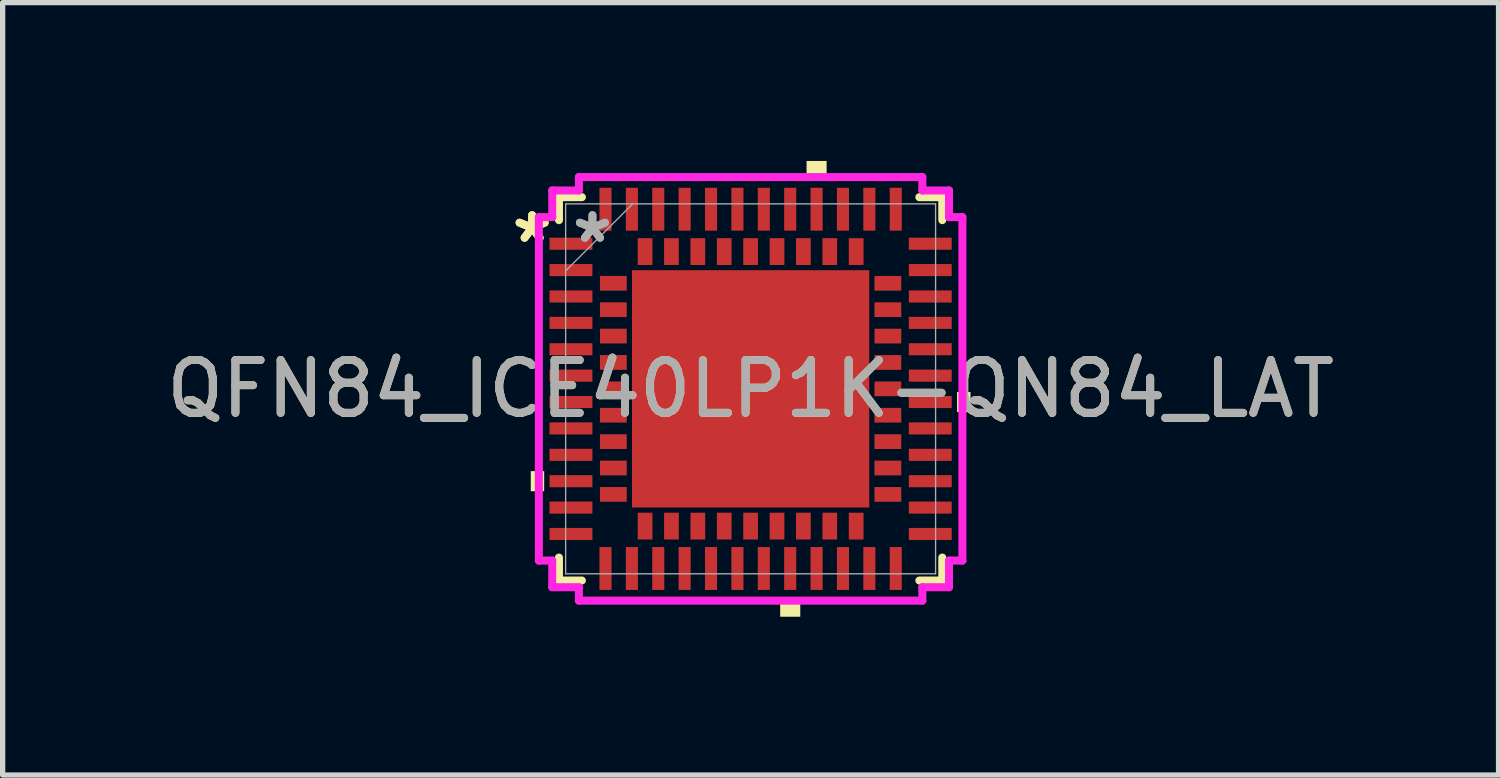
<source format=kicad_pcb>
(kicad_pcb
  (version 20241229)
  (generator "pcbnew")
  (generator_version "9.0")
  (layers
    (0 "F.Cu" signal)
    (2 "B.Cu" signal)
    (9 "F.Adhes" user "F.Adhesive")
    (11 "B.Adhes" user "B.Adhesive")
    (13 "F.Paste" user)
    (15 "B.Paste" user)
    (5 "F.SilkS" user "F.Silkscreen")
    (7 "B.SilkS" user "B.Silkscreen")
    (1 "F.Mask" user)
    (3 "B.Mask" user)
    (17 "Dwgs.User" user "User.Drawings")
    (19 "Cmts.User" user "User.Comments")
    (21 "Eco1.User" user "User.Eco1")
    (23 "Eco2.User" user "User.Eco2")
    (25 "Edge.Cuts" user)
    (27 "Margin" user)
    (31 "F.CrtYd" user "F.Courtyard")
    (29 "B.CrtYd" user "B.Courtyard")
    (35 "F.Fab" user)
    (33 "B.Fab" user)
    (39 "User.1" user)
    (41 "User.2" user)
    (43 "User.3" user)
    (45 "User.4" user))
  (footprint "QFN84_ICE40LP1K-QN84_LAT"
    (layer "F.Cu")
    (at 11.173 4.318)
    (property "Reference" "QFN84_ICE40LP1K-QN84_LAT" (at 0 0 0) (unlocked yes) (layer "F.SilkS") (effects (font (size 1 1) (thickness 0.15))))
    (attr smd)
    (fp_line (start -3.632 -3.632) (end -3.632 -3.197) (stroke (width 0.152) (type solid)) (layer "F.SilkS"))
    (fp_line (start -3.632 3.197) (end -3.632 3.632) (stroke (width 0.152) (type solid)) (layer "F.SilkS"))
    (fp_line (start -3.632 3.632) (end -3.197 3.632) (stroke (width 0.152) (type solid)) (layer "F.SilkS"))
    (fp_line (start -3.197 -3.632) (end -3.632 -3.632) (stroke (width 0.152) (type solid)) (layer "F.SilkS"))
    (fp_line (start 3.197 3.632) (end 3.632 3.632) (stroke (width 0.152) (type solid)) (layer "F.SilkS"))
    (fp_line (start 3.632 -3.632) (end 3.197 -3.632) (stroke (width 0.152) (type solid)) (layer "F.SilkS"))
    (fp_line (start 3.632 -3.197) (end 3.632 -3.632) (stroke (width 0.152) (type solid)) (layer "F.SilkS"))
    (fp_line (start 3.632 3.632) (end 3.632 3.197) (stroke (width 0.152) (type solid)) (layer "F.SilkS"))
    (fp_poly (pts (xy -4.166 1.559) (xy -4.166 1.94) (xy -3.912 1.94) (xy -3.912 1.559)) (stroke (width 0) (type solid)) (fill yes) (layer "F.SilkS"))
    (fp_poly (pts (xy 0.56 4.064) (xy 0.56 4.318) (xy 0.941 4.318) (xy 0.941 4.064)) (stroke (width 0) (type solid)) (fill yes) (layer "F.SilkS"))
    (fp_poly (pts (xy 1.06 -4.064) (xy 1.06 -4.318) (xy 1.44 -4.318) (xy 1.44 -4.064)) (stroke (width 0) (type solid)) (fill yes) (layer "F.SilkS"))
    (fp_poly (pts (xy 4.166 0.059) (xy 4.166 0.441) (xy 3.912 0.441) (xy 3.912 0.059)) (stroke (width 0) (type solid)) (fill yes) (layer "F.SilkS"))
    (fp_poly (pts (xy -2.148 -2.148) (xy -2.148 -0.849) (xy -0.849 -0.849) (xy -0.849 -2.148)) (stroke (width 0) (type solid)) (fill yes) (layer "F.Paste"))
    (fp_poly (pts (xy -2.148 -0.649) (xy -2.148 0.649) (xy -0.849 0.649) (xy -0.849 -0.649)) (stroke (width 0) (type solid)) (fill yes) (layer "F.Paste"))
    (fp_poly (pts (xy -2.148 0.849) (xy -2.148 2.148) (xy -0.849 2.148) (xy -0.849 0.849)) (stroke (width 0) (type solid)) (fill yes) (layer "F.Paste"))
    (fp_poly (pts (xy -0.649 -2.148) (xy -0.649 -0.849) (xy 0.649 -0.849) (xy 0.649 -2.148)) (stroke (width 0) (type solid)) (fill yes) (layer "F.Paste"))
    (fp_poly (pts (xy -0.649 -0.649) (xy -0.649 0.649) (xy 0.649 0.649) (xy 0.649 -0.649)) (stroke (width 0) (type solid)) (fill yes) (layer "F.Paste"))
    (fp_poly (pts (xy -0.649 0.849) (xy -0.649 2.148) (xy 0.649 2.148) (xy 0.649 0.849)) (stroke (width 0) (type solid)) (fill yes) (layer "F.Paste"))
    (fp_poly (pts (xy 0.849 -2.148) (xy 0.849 -0.849) (xy 2.148 -0.849) (xy 2.148 -2.148)) (stroke (width 0) (type solid)) (fill yes) (layer "F.Paste"))
    (fp_poly (pts (xy 0.849 -0.649) (xy 0.849 0.649) (xy 2.148 0.649) (xy 2.148 -0.649)) (stroke (width 0) (type solid)) (fill yes) (layer "F.Paste"))
    (fp_poly (pts (xy 0.849 0.849) (xy 0.849 2.148) (xy 2.148 2.148) (xy 2.148 0.849)) (stroke (width 0) (type solid)) (fill yes) (layer "F.Paste"))
    (fp_line (start -4.013 -3.254) (end -3.759 -3.254) (stroke (width 0.152) (type solid)) (layer "F.CrtYd"))
    (fp_line (start -4.013 3.254) (end -4.013 -3.254) (stroke (width 0.152) (type solid)) (layer "F.CrtYd"))
    (fp_line (start -3.759 -3.759) (end -3.254 -3.759) (stroke (width 0.152) (type solid)) (layer "F.CrtYd"))
    (fp_line (start -3.759 -3.254) (end -3.759 -3.759) (stroke (width 0.152) (type solid)) (layer "F.CrtYd"))
    (fp_line (start -3.759 3.254) (end -4.013 3.254) (stroke (width 0.152) (type solid)) (layer "F.CrtYd"))
    (fp_line (start -3.759 3.759) (end -3.759 3.254) (stroke (width 0.152) (type solid)) (layer "F.CrtYd"))
    (fp_line (start -3.254 -4.013) (end 3.254 -4.013) (stroke (width 0.152) (type solid)) (layer "F.CrtYd"))
    (fp_line (start -3.254 -3.759) (end -3.254 -4.013) (stroke (width 0.152) (type solid)) (layer "F.CrtYd"))
    (fp_line (start -3.254 3.759) (end -3.759 3.759) (stroke (width 0.152) (type solid)) (layer "F.CrtYd"))
    (fp_line (start -3.254 4.013) (end -3.254 3.759) (stroke (width 0.152) (type solid)) (layer "F.CrtYd"))
    (fp_line (start 3.254 -4.013) (end 3.254 -3.759) (stroke (width 0.152) (type solid)) (layer "F.CrtYd"))
    (fp_line (start 3.254 -3.759) (end 3.759 -3.759) (stroke (width 0.152) (type solid)) (layer "F.CrtYd"))
    (fp_line (start 3.254 3.759) (end 3.254 4.013) (stroke (width 0.152) (type solid)) (layer "F.CrtYd"))
    (fp_line (start 3.254 4.013) (end -3.254 4.013) (stroke (width 0.152) (type solid)) (layer "F.CrtYd"))
    (fp_line (start 3.759 -3.759) (end 3.759 -3.254) (stroke (width 0.152) (type solid)) (layer "F.CrtYd"))
    (fp_line (start 3.759 -3.254) (end 4.013 -3.254) (stroke (width 0.152) (type solid)) (layer "F.CrtYd"))
    (fp_line (start 3.759 3.254) (end 3.759 3.759) (stroke (width 0.152) (type solid)) (layer "F.CrtYd"))
    (fp_line (start 3.759 3.759) (end 3.254 3.759) (stroke (width 0.152) (type solid)) (layer "F.CrtYd"))
    (fp_line (start 4.013 -3.254) (end 4.013 3.254) (stroke (width 0.152) (type solid)) (layer "F.CrtYd"))
    (fp_line (start 4.013 3.254) (end 3.759 3.254) (stroke (width 0.152) (type solid)) (layer "F.CrtYd"))
    (fp_line (start -3.505 -3.505) (end -3.505 3.505) (stroke (width 0.025) (type solid)) (layer "F.Fab"))
    (fp_line (start -3.505 -2.235) (end -2.235 -3.505) (stroke (width 0.025) (type solid)) (layer "F.Fab"))
    (fp_line (start -3.505 3.505) (end 3.505 3.505) (stroke (width 0.025) (type solid)) (layer "F.Fab"))
    (fp_line (start 3.505 -3.505) (end -3.505 -3.505) (stroke (width 0.025) (type solid)) (layer "F.Fab"))
    (fp_line (start 3.505 3.505) (end 3.505 -3.505) (stroke (width 0.025) (type solid)) (layer "F.Fab"))
    (fp_text user "*" (at -4.14 -2.746 0) (layer "F.SilkS") (effects (font (size 1 1) (thickness 0.15))))
    (fp_text user "*" (at -4.14 -2.746 0) (unlocked yes) (layer "F.SilkS") (effects (font (size 1 1) (thickness 0.15))))
    (fp_text user "${REFERENCE}" (at 0 0 0) (unlocked yes) (layer "F.Fab") (effects (font (size 1 1) (thickness 0.15))))
    (fp_text user "*" (at -2.997 -2.746 0) (unlocked yes) (layer "F.Fab") (effects (font (size 1 1) (thickness 0.15))))
    (fp_text user "*" (at -2.997 -2.746 0) (layer "F.Fab") (effects (font (size 1 1) (thickness 0.15))))
    (pad "1" smd rect (at -3.404 -2.75 90) (size 0.229 0.813) (layers "F.Cu" "F.Mask" "F.Paste"))
    (pad "2" smd rect (at -3.404 -2.25 90) (size 0.229 0.813) (layers "F.Cu" "F.Mask" "F.Paste"))
    (pad "3" smd rect (at -3.404 -1.75 90) (size 0.229 0.813) (layers "F.Cu" "F.Mask" "F.Paste"))
    (pad "4" smd rect (at -3.404 -1.25 90) (size 0.229 0.813) (layers "F.Cu" "F.Mask" "F.Paste"))
    (pad "5" smd rect (at -3.404 -0.75 90) (size 0.229 0.813) (layers "F.Cu" "F.Mask" "F.Paste"))
    (pad "6" smd rect (at -3.404 -0.25 90) (size 0.229 0.813) (layers "F.Cu" "F.Mask" "F.Paste"))
    (pad "7" smd rect (at -3.404 0.25 90) (size 0.229 0.813) (layers "F.Cu" "F.Mask" "F.Paste"))
    (pad "8" smd rect (at -3.404 0.75 90) (size 0.229 0.813) (layers "F.Cu" "F.Mask" "F.Paste"))
    (pad "9" smd rect (at -3.404 1.25 90) (size 0.229 0.813) (layers "F.Cu" "F.Mask" "F.Paste"))
    (pad "10" smd rect (at -3.404 1.75 90) (size 0.229 0.813) (layers "F.Cu" "F.Mask" "F.Paste"))
    (pad "11" smd rect (at -3.404 2.25 90) (size 0.229 0.813) (layers "F.Cu" "F.Mask" "F.Paste"))
    (pad "12" smd rect (at -3.404 2.75 90) (size 0.229 0.813) (layers "F.Cu" "F.Mask" "F.Paste"))
    (pad "13" smd rect (at -2.75 3.404) (size 0.229 0.813) (layers "F.Cu" "F.Mask" "F.Paste"))
    (pad "14" smd rect (at -2.25 3.404) (size 0.229 0.813) (layers "F.Cu" "F.Mask" "F.Paste"))
    (pad "15" smd rect (at -1.75 3.404) (size 0.229 0.813) (layers "F.Cu" "F.Mask" "F.Paste"))
    (pad "16" smd rect (at -1.25 3.404) (size 0.229 0.813) (layers "F.Cu" "F.Mask" "F.Paste"))
    (pad "17" smd rect (at -0.75 3.404) (size 0.229 0.813) (layers "F.Cu" "F.Mask" "F.Paste"))
    (pad "18" smd rect (at -0.25 3.404) (size 0.229 0.813) (layers "F.Cu" "F.Mask" "F.Paste"))
    (pad "19" smd rect (at 0.25 3.404) (size 0.229 0.813) (layers "F.Cu" "F.Mask" "F.Paste"))
    (pad "20" smd rect (at 0.75 3.404) (size 0.229 0.813) (layers "F.Cu" "F.Mask" "F.Paste"))
    (pad "21" smd rect (at 1.25 3.404) (size 0.229 0.813) (layers "F.Cu" "F.Mask" "F.Paste"))
    (pad "22" smd rect (at 1.75 3.404) (size 0.229 0.813) (layers "F.Cu" "F.Mask" "F.Paste"))
    (pad "23" smd rect (at 2.25 3.404) (size 0.229 0.813) (layers "F.Cu" "F.Mask" "F.Paste"))
    (pad "24" smd rect (at 2.75 3.404) (size 0.229 0.813) (layers "F.Cu" "F.Mask" "F.Paste"))
    (pad "25" smd rect (at 3.404 2.75 90) (size 0.229 0.813) (layers "F.Cu" "F.Mask" "F.Paste"))
    (pad "26" smd rect (at 3.404 2.25 90) (size 0.229 0.813) (layers "F.Cu" "F.Mask" "F.Paste"))
    (pad "27" smd rect (at 3.404 1.75 90) (size 0.229 0.813) (layers "F.Cu" "F.Mask" "F.Paste"))
    (pad "28" smd rect (at 3.404 1.25 90) (size 0.229 0.813) (layers "F.Cu" "F.Mask" "F.Paste"))
    (pad "29" smd rect (at 3.404 0.75 90) (size 0.229 0.813) (layers "F.Cu" "F.Mask" "F.Paste"))
    (pad "30" smd rect (at 3.404 0.25 90) (size 0.229 0.813) (layers "F.Cu" "F.Mask" "F.Paste"))
    (pad "31" smd rect (at 3.404 -0.25 90) (size 0.229 0.813) (layers "F.Cu" "F.Mask" "F.Paste"))
    (pad "32" smd rect (at 3.404 -0.75 90) (size 0.229 0.813) (layers "F.Cu" "F.Mask" "F.Paste"))
    (pad "33" smd rect (at 3.404 -1.25 90) (size 0.229 0.813) (layers "F.Cu" "F.Mask" "F.Paste"))
    (pad "34" smd rect (at 3.404 -1.75 90) (size 0.229 0.813) (layers "F.Cu" "F.Mask" "F.Paste"))
    (pad "35" smd rect (at 3.404 -2.25 90) (size 0.229 0.813) (layers "F.Cu" "F.Mask" "F.Paste"))
    (pad "36" smd rect (at 3.404 -2.75 90) (size 0.229 0.813) (layers "F.Cu" "F.Mask" "F.Paste"))
    (pad "37" smd rect (at 2.75 -3.404) (size 0.229 0.813) (layers "F.Cu" "F.Mask" "F.Paste"))
    (pad "38" smd rect (at 2.25 -3.404) (size 0.229 0.813) (layers "F.Cu" "F.Mask" "F.Paste"))
    (pad "39" smd rect (at 1.75 -3.404) (size 0.229 0.813) (layers "F.Cu" "F.Mask" "F.Paste"))
    (pad "40" smd rect (at 1.25 -3.404) (size 0.229 0.813) (layers "F.Cu" "F.Mask" "F.Paste"))
    (pad "41" smd rect (at 0.75 -3.404) (size 0.229 0.813) (layers "F.Cu" "F.Mask" "F.Paste"))
    (pad "42" smd rect (at 0.25 -3.404) (size 0.229 0.813) (layers "F.Cu" "F.Mask" "F.Paste"))
    (pad "43" smd rect (at -0.25 -3.404) (size 0.229 0.813) (layers "F.Cu" "F.Mask" "F.Paste"))
    (pad "44" smd rect (at -0.75 -3.404) (size 0.229 0.813) (layers "F.Cu" "F.Mask" "F.Paste"))
    (pad "45" smd rect (at -1.25 -3.404) (size 0.229 0.813) (layers "F.Cu" "F.Mask" "F.Paste"))
    (pad "46" smd rect (at -1.75 -3.404) (size 0.229 0.813) (layers "F.Cu" "F.Mask" "F.Paste"))
    (pad "47" smd rect (at -2.25 -3.404) (size 0.229 0.813) (layers "F.Cu" "F.Mask" "F.Paste"))
    (pad "48" smd rect (at -2.75 -3.404) (size 0.229 0.813) (layers "F.Cu" "F.Mask" "F.Paste"))
    (pad "49" smd rect (at -2.601 -2 90) (size 0.279 0.508) (layers "F.Cu" "F.Mask" "F.Paste"))
    (pad "50" smd rect (at -2.601 -1.5 90) (size 0.279 0.508) (layers "F.Cu" "F.Mask" "F.Paste"))
    (pad "51" smd rect (at -2.601 -1 90) (size 0.279 0.508) (layers "F.Cu" "F.Mask" "F.Paste"))
    (pad "52" smd rect (at -2.601 -0.5 90) (size 0.279 0.508) (layers "F.Cu" "F.Mask" "F.Paste"))
    (pad "53" smd rect (at -2.601 0 90) (size 0.279 0.508) (layers "F.Cu" "F.Mask" "F.Paste"))
    (pad "54" smd rect (at -2.601 0.5 90) (size 0.279 0.508) (layers "F.Cu" "F.Mask" "F.Paste"))
    (pad "55" smd rect (at -2.601 1 90) (size 0.279 0.508) (layers "F.Cu" "F.Mask" "F.Paste"))
    (pad "56" smd rect (at -2.601 1.5 90) (size 0.279 0.508) (layers "F.Cu" "F.Mask" "F.Paste"))
    (pad "57" smd rect (at -2.601 2 90) (size 0.279 0.508) (layers "F.Cu" "F.Mask" "F.Paste"))
    (pad "58" smd rect (at -2 2.601) (size 0.279 0.508) (layers "F.Cu" "F.Mask" "F.Paste"))
    (pad "59" smd rect (at -1.5 2.601) (size 0.279 0.508) (layers "F.Cu" "F.Mask" "F.Paste"))
    (pad "60" smd rect (at -1 2.601) (size 0.279 0.508) (layers "F.Cu" "F.Mask" "F.Paste"))
    (pad "61" smd rect (at -0.5 2.601) (size 0.279 0.508) (layers "F.Cu" "F.Mask" "F.Paste"))
    (pad "62" smd rect (at 0 2.601) (size 0.279 0.508) (layers "F.Cu" "F.Mask" "F.Paste"))
    (pad "63" smd rect (at 0.5 2.601) (size 0.279 0.508) (layers "F.Cu" "F.Mask" "F.Paste"))
    (pad "64" smd rect (at 1 2.601) (size 0.279 0.508) (layers "F.Cu" "F.Mask" "F.Paste"))
    (pad "65" smd rect (at 1.5 2.601) (size 0.279 0.508) (layers "F.Cu" "F.Mask" "F.Paste"))
    (pad "66" smd rect (at 2 2.601) (size 0.279 0.508) (layers "F.Cu" "F.Mask" "F.Paste"))
    (pad "67" smd rect (at 2.601 2 90) (size 0.279 0.508) (layers "F.Cu" "F.Mask" "F.Paste"))
    (pad "68" smd rect (at 2.601 1.5 90) (size 0.279 0.508) (layers "F.Cu" "F.Mask" "F.Paste"))
    (pad "69" smd rect (at 2.601 1 90) (size 0.279 0.508) (layers "F.Cu" "F.Mask" "F.Paste"))
    (pad "70" smd rect (at 2.601 0.5 90) (size 0.279 0.508) (layers "F.Cu" "F.Mask" "F.Paste"))
    (pad "71" smd rect (at 2.601 0 90) (size 0.279 0.508) (layers "F.Cu" "F.Mask" "F.Paste"))
    (pad "72" smd rect (at 2.601 -0.5 90) (size 0.279 0.508) (layers "F.Cu" "F.Mask" "F.Paste"))
    (pad "73" smd rect (at 2.601 -1 90) (size 0.279 0.508) (layers "F.Cu" "F.Mask" "F.Paste"))
    (pad "74" smd rect (at 2.601 -1.5 90) (size 0.279 0.508) (layers "F.Cu" "F.Mask" "F.Paste"))
    (pad "75" smd rect (at 2.601 -2 90) (size 0.279 0.508) (layers "F.Cu" "F.Mask" "F.Paste"))
    (pad "76" smd rect (at 2 -2.601) (size 0.279 0.508) (layers "F.Cu" "F.Mask" "F.Paste"))
    (pad "77" smd rect (at 1.5 -2.601) (size 0.279 0.508) (layers "F.Cu" "F.Mask" "F.Paste"))
    (pad "78" smd rect (at 1 -2.601) (size 0.279 0.508) (layers "F.Cu" "F.Mask" "F.Paste"))
    (pad "79" smd rect (at 0.5 -2.601) (size 0.279 0.508) (layers "F.Cu" "F.Mask" "F.Paste"))
    (pad "80" smd rect (at 0 -2.601) (size 0.279 0.508) (layers "F.Cu" "F.Mask" "F.Paste"))
    (pad "81" smd rect (at -0.5 -2.601) (size 0.279 0.508) (layers "F.Cu" "F.Mask" "F.Paste"))
    (pad "82" smd rect (at -1 -2.601) (size 0.279 0.508) (layers "F.Cu" "F.Mask" "F.Paste"))
    (pad "83" smd rect (at -1.5 -2.601) (size 0.279 0.508) (layers "F.Cu" "F.Mask" "F.Paste"))
    (pad "84" smd rect (at -2 -2.601) (size 0.279 0.508) (layers "F.Cu" "F.Mask" "F.Paste"))
    (pad "85" smd rect (at 0 0) (size 4.496 4.496) (layers "F.Cu" "F.Mask")))
  (gr_rect
    (start -3 -3)
    (end 25.345 11.636)
    (stroke (width 0.1) (type default))
    (fill no)
    (layer "Edge.Cuts")))
</source>
